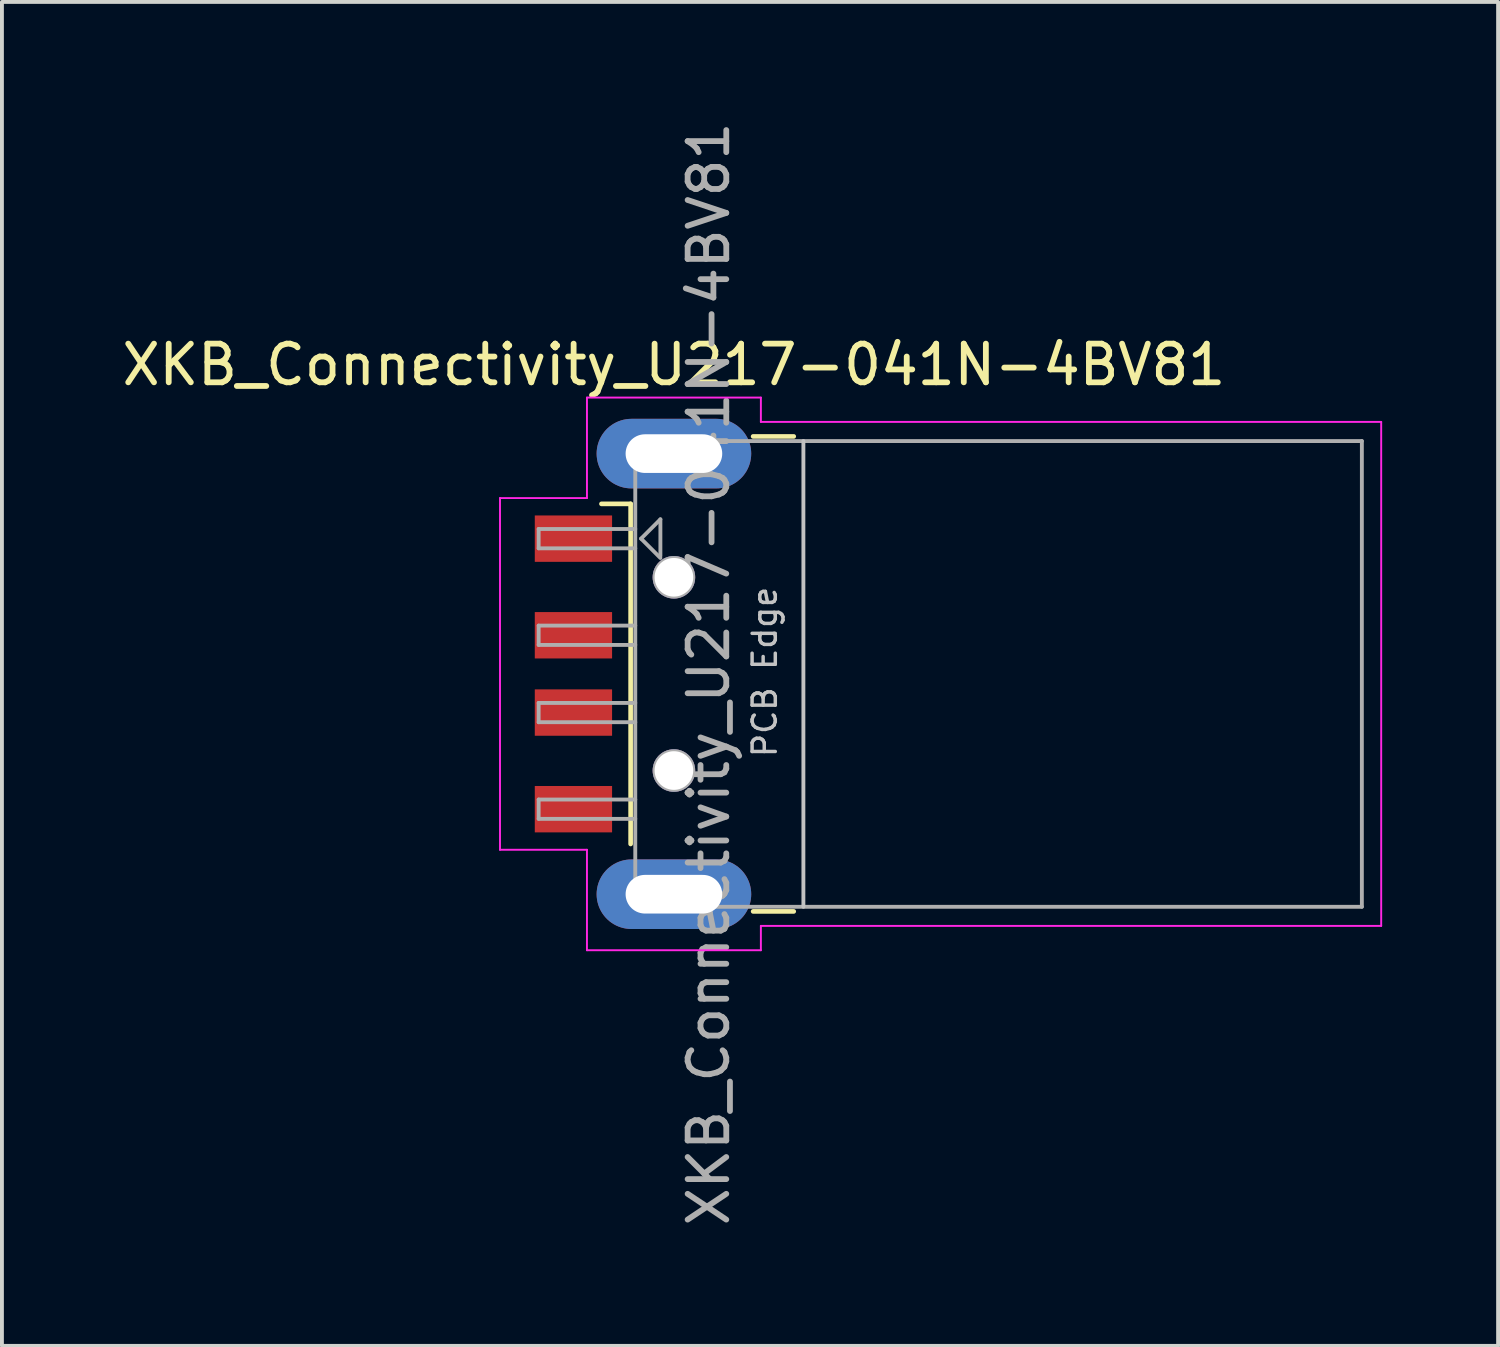
<source format=kicad_pcb>
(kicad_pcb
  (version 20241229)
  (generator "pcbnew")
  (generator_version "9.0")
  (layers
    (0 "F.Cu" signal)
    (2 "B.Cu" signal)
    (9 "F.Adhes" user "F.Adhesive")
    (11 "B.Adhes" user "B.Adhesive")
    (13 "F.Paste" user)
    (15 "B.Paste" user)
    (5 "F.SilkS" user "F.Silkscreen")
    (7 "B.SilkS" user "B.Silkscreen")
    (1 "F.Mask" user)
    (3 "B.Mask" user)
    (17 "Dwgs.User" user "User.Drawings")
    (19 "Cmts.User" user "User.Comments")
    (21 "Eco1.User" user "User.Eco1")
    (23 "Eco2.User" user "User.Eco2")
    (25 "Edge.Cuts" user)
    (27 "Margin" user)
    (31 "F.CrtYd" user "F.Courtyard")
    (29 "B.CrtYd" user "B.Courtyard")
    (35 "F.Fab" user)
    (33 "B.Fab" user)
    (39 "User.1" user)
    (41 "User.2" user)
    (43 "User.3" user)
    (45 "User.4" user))
  (footprint "XKB_Connectivity_U217-041N-4BV81"
    (layer "F.Cu")
    (at 21.287 14.387)
    (property "Reference" "XKB_Connectivity_U217-041N-4BV81" (at -6.9 -8 0) (layer "F.SilkS") (effects (font (size 1 1) (thickness 0.15))))
    (attr smd)
    (fp_line (start -8.02 -4.4) (end -8.775 -4.4) (stroke (width 0.12) (type solid)) (layer "F.SilkS"))
    (fp_line (start -8.02 -4.4) (end -8.02 4.4) (stroke (width 0.12) (type solid)) (layer "F.SilkS"))
    (fp_line (start -4.85 -6.145) (end -3.8 -6.145) (stroke (width 0.12) (type solid)) (layer "F.SilkS"))
    (fp_line (start -4.85 6.145) (end -3.8 6.145) (stroke (width 0.12) (type solid)) (layer "F.SilkS"))
    (fp_line (start -3.55 6.025) (end -3.55 -6.025) (stroke (width 0.1) (type solid)) (layer "Dwgs.User"))
    (fp_line (start -11.4 -4.55) (end -9.15 -4.55) (stroke (width 0.05) (type solid)) (layer "F.CrtYd"))
    (fp_line (start -11.4 4.55) (end -11.4 -4.55) (stroke (width 0.05) (type solid)) (layer "F.CrtYd"))
    (fp_line (start -11.4 4.55) (end -9.15 4.55) (stroke (width 0.05) (type solid)) (layer "F.CrtYd"))
    (fp_line (start -9.15 -7.15) (end -9.15 -4.55) (stroke (width 0.05) (type solid)) (layer "F.CrtYd"))
    (fp_line (start -9.15 -7.15) (end -4.65 -7.15) (stroke (width 0.05) (type solid)) (layer "F.CrtYd"))
    (fp_line (start -9.15 4.55) (end -9.15 7.15) (stroke (width 0.05) (type solid)) (layer "F.CrtYd"))
    (fp_line (start -9.15 7.15) (end -4.65 7.15) (stroke (width 0.05) (type solid)) (layer "F.CrtYd"))
    (fp_line (start -4.65 -6.52) (end -4.65 -7.15) (stroke (width 0.05) (type solid)) (layer "F.CrtYd"))
    (fp_line (start -4.65 -6.52) (end 11.4 -6.52) (stroke (width 0.05) (type solid)) (layer "F.CrtYd"))
    (fp_line (start -4.65 6.52) (end 11.4 6.52) (stroke (width 0.05) (type solid)) (layer "F.CrtYd"))
    (fp_line (start -4.65 7.15) (end -4.65 6.52) (stroke (width 0.05) (type solid)) (layer "F.CrtYd"))
    (fp_line (start 11.4 6.52) (end 11.4 -6.52) (stroke (width 0.05) (type solid)) (layer "F.CrtYd"))
    (fp_line (start -10.4 -3.75) (end -7.9 -3.75) (stroke (width 0.1) (type solid)) (layer "F.Fab"))
    (fp_line (start -10.4 -3.25) (end -10.4 -3.75) (stroke (width 0.1) (type solid)) (layer "F.Fab"))
    (fp_line (start -10.4 -3.25) (end -7.9 -3.25) (stroke (width 0.1) (type solid)) (layer "F.Fab"))
    (fp_line (start -10.4 -1.25) (end -7.9 -1.25) (stroke (width 0.1) (type solid)) (layer "F.Fab"))
    (fp_line (start -10.4 -0.75) (end -10.4 -1.25) (stroke (width 0.1) (type solid)) (layer "F.Fab"))
    (fp_line (start -10.4 -0.75) (end -7.9 -0.75) (stroke (width 0.1) (type solid)) (layer "F.Fab"))
    (fp_line (start -10.4 0.75) (end -7.9 0.75) (stroke (width 0.1) (type solid)) (layer "F.Fab"))
    (fp_line (start -10.4 1.25) (end -10.4 0.75) (stroke (width 0.1) (type solid)) (layer "F.Fab"))
    (fp_line (start -10.4 1.25) (end -7.9 1.25) (stroke (width 0.1) (type solid)) (layer "F.Fab"))
    (fp_line (start -10.4 3.25) (end -7.9 3.25) (stroke (width 0.1) (type solid)) (layer "F.Fab"))
    (fp_line (start -10.4 3.75) (end -10.4 3.25) (stroke (width 0.1) (type solid)) (layer "F.Fab"))
    (fp_line (start -10.4 3.75) (end -7.9 3.75) (stroke (width 0.1) (type solid)) (layer "F.Fab"))
    (fp_line (start -7.9 -6.025) (end 10.9 -6.025) (stroke (width 0.1) (type solid)) (layer "F.Fab"))
    (fp_line (start -7.9 6.025) (end -7.9 -6.025) (stroke (width 0.1) (type solid)) (layer "F.Fab"))
    (fp_line (start -7.9 6.025) (end 10.9 6.025) (stroke (width 0.1) (type solid)) (layer "F.Fab"))
    (fp_line (start -7.75 -3.5) (end -7.25 -4) (stroke (width 0.1) (type solid)) (layer "F.Fab"))
    (fp_line (start -7.75 -3.5) (end -7.25 -3) (stroke (width 0.1) (type solid)) (layer "F.Fab"))
    (fp_line (start -7.25 -4) (end -7.25 -3.05) (stroke (width 0.1) (type solid)) (layer "F.Fab"))
    (fp_line (start 10.9 6.025) (end 10.9 -6.025) (stroke (width 0.1) (type solid)) (layer "F.Fab"))
    (fp_circle (center -6.9 -2.5) (end -6.4 -2.5) (stroke (width 0.1) (type solid)) (fill no) (layer "F.Fab"))
    (fp_circle (center -6.9 2.5) (end -6.4 2.5) (stroke (width 0.1) (type solid)) (fill no) (layer "F.Fab"))
    (fp_text user "PCB Edge" (at -4.55 -0.05 90) (layer "Dwgs.User") (effects (font (size 0.6 0.6) (thickness 0.09))))
    (fp_text user "${REFERENCE}" (at -6 0 90) (layer "F.Fab") (effects (font (size 1 1) (thickness 0.15))))
    (pad "" np_thru_hole circle (at -6.9 -2.5) (size 1.1 1.1) (drill 1) (layers "*.Cu" "*.Mask"))
    (pad "" np_thru_hole circle (at -6.9 2.5) (size 1.1 1.1) (drill 1) (layers "*.Cu" "*.Mask"))
    (pad "1" smd rect (at -9.5 -3.5) (size 2 1.2) (layers "F.Cu" "F.Mask" "F.Paste"))
    (pad "2" smd rect (at -9.5 -1) (size 2 1.2) (layers "F.Cu" "F.Mask" "F.Paste"))
    (pad "3" smd rect (at -9.5 1) (size 2 1.2) (layers "F.Cu" "F.Mask" "F.Paste"))
    (pad "4" smd rect (at -9.5 3.5) (size 2 1.2) (layers "F.Cu" "F.Mask" "F.Paste"))
    (pad "5" thru_hole oval (at -6.9 -5.7) (size 4 1.8) (drill oval 2.5 1) (layers "*.Cu" "*.Mask"))
    (pad "5" thru_hole oval (at -6.9 5.7) (size 4 1.8) (drill oval 2.5 1) (layers "*.Cu" "*.Mask")))
  (gr_rect
    (start -3 -3)
    (end 35.712 31.774)
    (stroke (width 0.1) (type default))
    (fill no)
    (layer "Edge.Cuts")))
</source>
